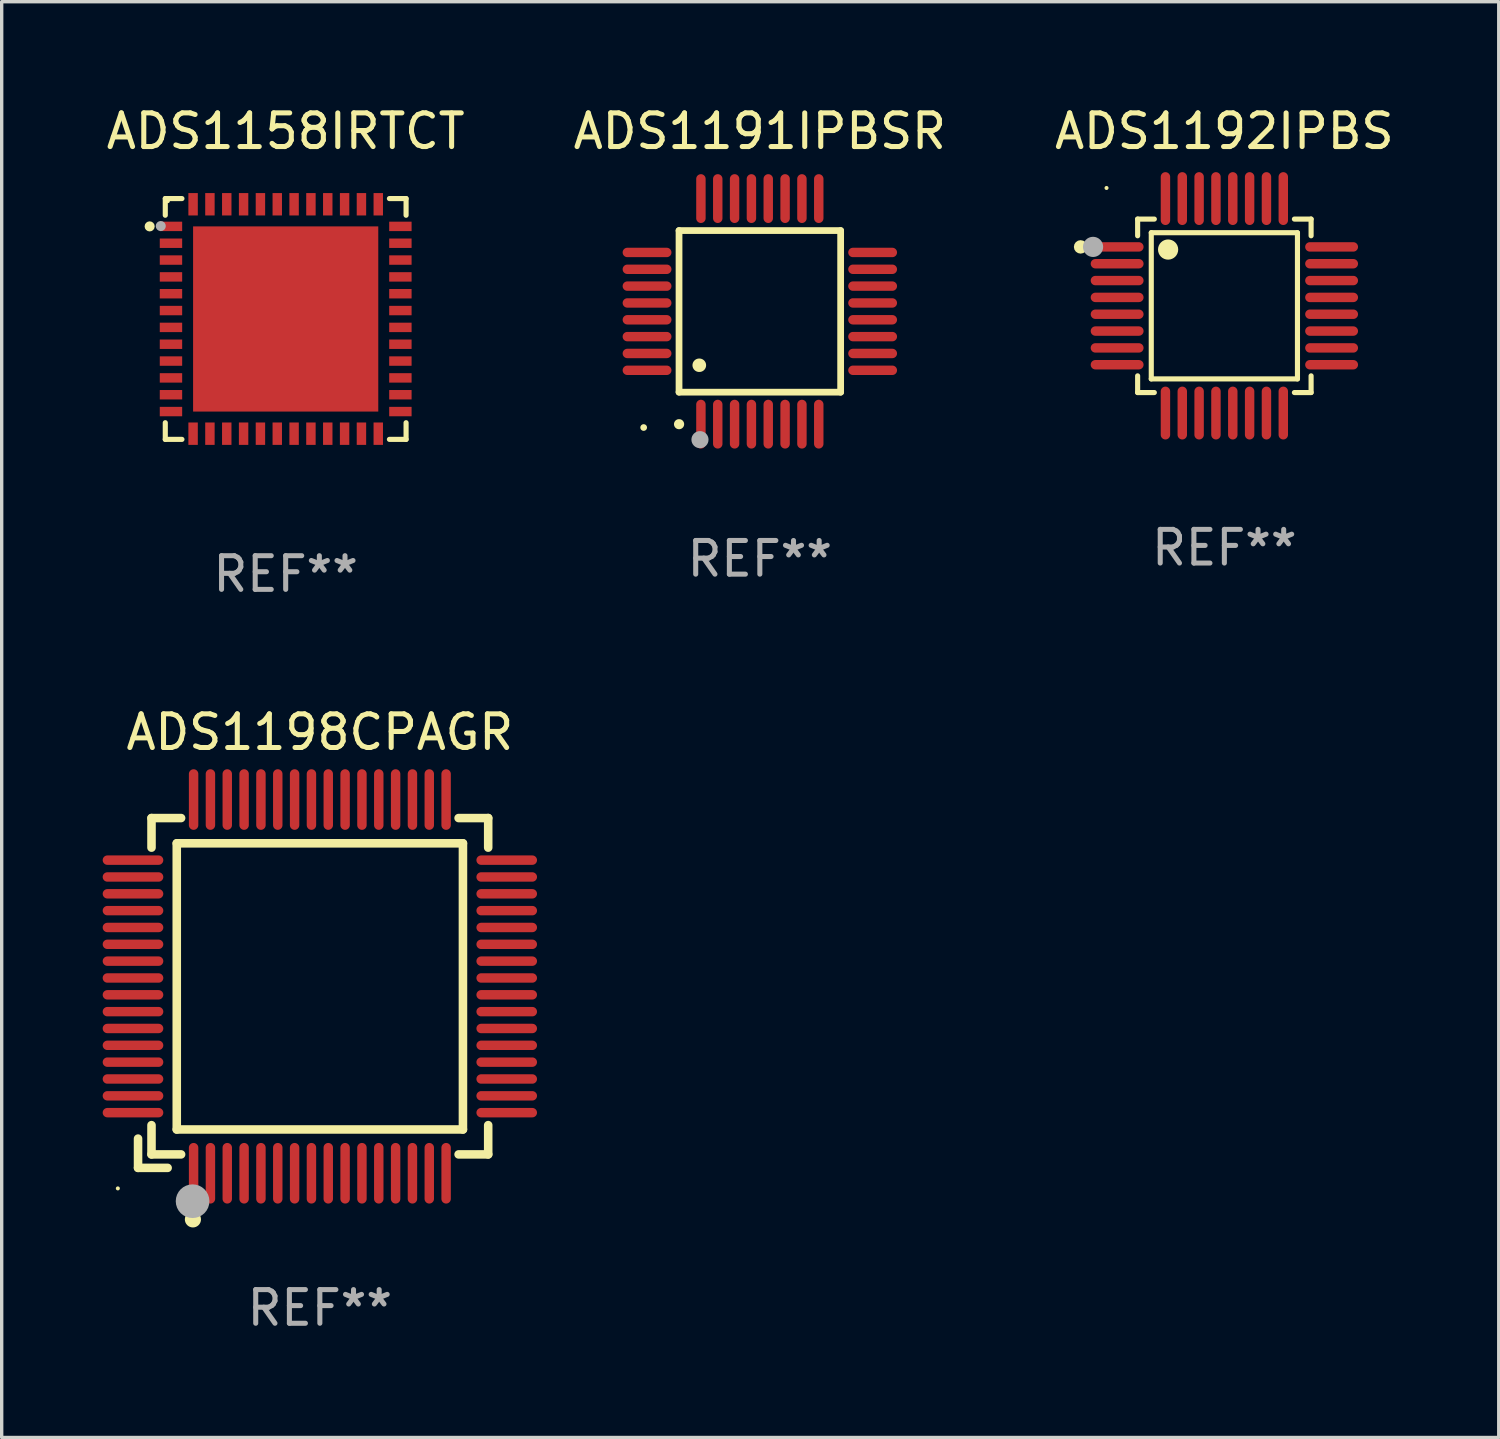
<source format=kicad_pcb>
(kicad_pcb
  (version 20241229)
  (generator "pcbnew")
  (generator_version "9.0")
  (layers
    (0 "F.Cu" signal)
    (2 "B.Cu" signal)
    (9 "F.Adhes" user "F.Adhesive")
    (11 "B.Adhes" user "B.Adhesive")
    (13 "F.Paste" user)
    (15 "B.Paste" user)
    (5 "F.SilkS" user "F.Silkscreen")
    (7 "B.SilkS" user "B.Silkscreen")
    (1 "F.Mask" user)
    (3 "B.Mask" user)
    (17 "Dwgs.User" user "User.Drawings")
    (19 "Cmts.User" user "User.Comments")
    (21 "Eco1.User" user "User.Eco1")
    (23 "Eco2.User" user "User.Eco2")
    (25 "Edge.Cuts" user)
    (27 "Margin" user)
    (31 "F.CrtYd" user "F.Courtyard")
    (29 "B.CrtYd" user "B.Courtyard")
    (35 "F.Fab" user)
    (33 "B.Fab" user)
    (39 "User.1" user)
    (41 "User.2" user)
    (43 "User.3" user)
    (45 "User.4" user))
  (footprint "ADS1158IRTCT"
    (layer "F.Cu")
    (at 5.435 6.424)
    (property "Reference" "ADS1158IRTCT" (at 0 -5.576 0) (layer "F.SilkS") (effects (font (size 1 1) (thickness 0.15))))
    (attr through_hole)
    (fp_line (start -3.576 -3.576) (end -3.576 -3.081) (stroke (width 0.152) (type solid)) (layer "F.SilkS"))
    (fp_line (start -3.576 3.576) (end -3.576 3.081) (stroke (width 0.152) (type solid)) (layer "F.SilkS"))
    (fp_line (start -3.081 -3.576) (end -3.576 -3.576) (stroke (width 0.152) (type solid)) (layer "F.SilkS"))
    (fp_line (start -3.081 3.576) (end -3.576 3.576) (stroke (width 0.152) (type solid)) (layer "F.SilkS"))
    (fp_line (start 3.081 -3.576) (end 3.576 -3.576) (stroke (width 0.152) (type solid)) (layer "F.SilkS"))
    (fp_line (start 3.081 3.576) (end 3.576 3.576) (stroke (width 0.152) (type solid)) (layer "F.SilkS"))
    (fp_line (start 3.576 -3.576) (end 3.576 -3.081) (stroke (width 0.152) (type solid)) (layer "F.SilkS"))
    (fp_line (start 3.576 3.576) (end 3.576 3.081) (stroke (width 0.152) (type solid)) (layer "F.SilkS"))
    (fp_circle (center -4.04 -2.75) (end -3.965 -2.75) (stroke (width 0.15) (type solid)) (fill no) (layer "F.SilkS"))
    (fp_circle (center -3.5 -3.5) (end -3.47 -3.5) (stroke (width 0.06) (type solid)) (fill no) (layer "F.SilkS"))
    (fp_circle (center -3.71 -2.76) (end -3.635 -2.76) (stroke (width 0.15) (type solid)) (fill no) (layer "F.Fab"))
    (fp_text user "REF**" (at 0 7.576 0) (layer "F.Fab") (effects (font (size 1 1) (thickness 0.15))))
    (pad "1" smd rect (at -3.407 -2.75) (size 0.665 0.28) (layers "F.Cu" "F.Mask" "F.Paste"))
    (pad "2" smd rect (at -3.407 -2.25) (size 0.665 0.28) (layers "F.Cu" "F.Mask" "F.Paste"))
    (pad "3" smd rect (at -3.407 -1.75) (size 0.665 0.28) (layers "F.Cu" "F.Mask" "F.Paste"))
    (pad "4" smd rect (at -3.407 -1.25) (size 0.665 0.28) (layers "F.Cu" "F.Mask" "F.Paste"))
    (pad "5" smd rect (at -3.407 -0.75) (size 0.665 0.28) (layers "F.Cu" "F.Mask" "F.Paste"))
    (pad "6" smd rect (at -3.407 -0.25) (size 0.665 0.28) (layers "F.Cu" "F.Mask" "F.Paste"))
    (pad "7" smd rect (at -3.407 0.25) (size 0.665 0.28) (layers "F.Cu" "F.Mask" "F.Paste"))
    (pad "8" smd rect (at -3.407 0.75) (size 0.665 0.28) (layers "F.Cu" "F.Mask" "F.Paste"))
    (pad "9" smd rect (at -3.407 1.25) (size 0.665 0.28) (layers "F.Cu" "F.Mask" "F.Paste"))
    (pad "10" smd rect (at -3.407 1.75) (size 0.665 0.28) (layers "F.Cu" "F.Mask" "F.Paste"))
    (pad "11" smd rect (at -3.407 2.25) (size 0.665 0.28) (layers "F.Cu" "F.Mask" "F.Paste"))
    (pad "12" smd rect (at -3.407 2.75) (size 0.665 0.28) (layers "F.Cu" "F.Mask" "F.Paste"))
    (pad "13" smd rect (at -2.75 3.407) (size 0.28 0.665) (layers "F.Cu" "F.Mask" "F.Paste"))
    (pad "14" smd rect (at -2.25 3.407) (size 0.28 0.665) (layers "F.Cu" "F.Mask" "F.Paste"))
    (pad "15" smd rect (at -1.75 3.407) (size 0.28 0.665) (layers "F.Cu" "F.Mask" "F.Paste"))
    (pad "16" smd rect (at -1.25 3.407) (size 0.28 0.665) (layers "F.Cu" "F.Mask" "F.Paste"))
    (pad "17" smd rect (at -0.75 3.407) (size 0.28 0.665) (layers "F.Cu" "F.Mask" "F.Paste"))
    (pad "18" smd rect (at -0.25 3.407) (size 0.28 0.665) (layers "F.Cu" "F.Mask" "F.Paste"))
    (pad "19" smd rect (at 0.25 3.407) (size 0.28 0.665) (layers "F.Cu" "F.Mask" "F.Paste"))
    (pad "20" smd rect (at 0.75 3.407) (size 0.28 0.665) (layers "F.Cu" "F.Mask" "F.Paste"))
    (pad "21" smd rect (at 1.25 3.407) (size 0.28 0.665) (layers "F.Cu" "F.Mask" "F.Paste"))
    (pad "22" smd rect (at 1.75 3.407) (size 0.28 0.665) (layers "F.Cu" "F.Mask" "F.Paste"))
    (pad "23" smd rect (at 2.25 3.407) (size 0.28 0.665) (layers "F.Cu" "F.Mask" "F.Paste"))
    (pad "24" smd rect (at 2.75 3.407) (size 0.28 0.665) (layers "F.Cu" "F.Mask" "F.Paste"))
    (pad "25" smd rect (at 3.407 2.75) (size 0.665 0.28) (layers "F.Cu" "F.Mask" "F.Paste"))
    (pad "26" smd rect (at 3.407 2.25) (size 0.665 0.28) (layers "F.Cu" "F.Mask" "F.Paste"))
    (pad "27" smd rect (at 3.407 1.75) (size 0.665 0.28) (layers "F.Cu" "F.Mask" "F.Paste"))
    (pad "28" smd rect (at 3.407 1.25) (size 0.665 0.28) (layers "F.Cu" "F.Mask" "F.Paste"))
    (pad "29" smd rect (at 3.407 0.75) (size 0.665 0.28) (layers "F.Cu" "F.Mask" "F.Paste"))
    (pad "30" smd rect (at 3.407 0.25) (size 0.665 0.28) (layers "F.Cu" "F.Mask" "F.Paste"))
    (pad "31" smd rect (at 3.407 -0.25) (size 0.665 0.28) (layers "F.Cu" "F.Mask" "F.Paste"))
    (pad "32" smd rect (at 3.407 -0.75) (size 0.665 0.28) (layers "F.Cu" "F.Mask" "F.Paste"))
    (pad "33" smd rect (at 3.407 -1.25) (size 0.665 0.28) (layers "F.Cu" "F.Mask" "F.Paste"))
    (pad "34" smd rect (at 3.407 -1.75) (size 0.665 0.28) (layers "F.Cu" "F.Mask" "F.Paste"))
    (pad "35" smd rect (at 3.407 -2.25) (size 0.665 0.28) (layers "F.Cu" "F.Mask" "F.Paste"))
    (pad "36" smd rect (at 3.407 -2.75) (size 0.665 0.28) (layers "F.Cu" "F.Mask" "F.Paste"))
    (pad "37" smd rect (at 2.75 -3.407) (size 0.28 0.665) (layers "F.Cu" "F.Mask" "F.Paste"))
    (pad "38" smd rect (at 2.25 -3.407) (size 0.28 0.665) (layers "F.Cu" "F.Mask" "F.Paste"))
    (pad "39" smd rect (at 1.75 -3.407) (size 0.28 0.665) (layers "F.Cu" "F.Mask" "F.Paste"))
    (pad "40" smd rect (at 1.25 -3.407) (size 0.28 0.665) (layers "F.Cu" "F.Mask" "F.Paste"))
    (pad "41" smd rect (at 0.75 -3.407) (size 0.28 0.665) (layers "F.Cu" "F.Mask" "F.Paste"))
    (pad "42" smd rect (at 0.25 -3.407) (size 0.28 0.665) (layers "F.Cu" "F.Mask" "F.Paste"))
    (pad "43" smd rect (at -0.25 -3.407) (size 0.28 0.665) (layers "F.Cu" "F.Mask" "F.Paste"))
    (pad "44" smd rect (at -0.75 -3.407) (size 0.28 0.665) (layers "F.Cu" "F.Mask" "F.Paste"))
    (pad "45" smd rect (at -1.25 -3.407) (size 0.28 0.665) (layers "F.Cu" "F.Mask" "F.Paste"))
    (pad "46" smd rect (at -1.75 -3.407) (size 0.28 0.665) (layers "F.Cu" "F.Mask" "F.Paste"))
    (pad "47" smd rect (at -2.25 -3.407) (size 0.28 0.665) (layers "F.Cu" "F.Mask" "F.Paste"))
    (pad "48" smd rect (at -2.75 -3.407) (size 0.28 0.665) (layers "F.Cu" "F.Mask" "F.Paste"))
    (pad "49" smd rect (at 0 0) (size 5.5 5.5) (layers "F.Cu" "F.Mask" "F.Paste")))
  (footprint "ADS1198CPAGR"
    (layer "F.Cu")
    (at 6.45 26.247)
    (property "Reference" "ADS1198CPAGR" (at 0 -7.55 0) (layer "F.SilkS") (effects (font (size 1 1) (thickness 0.15))))
    (attr through_hole)
    (fp_line (start -5.4 4.521) (end -5.4 5.39) (stroke (width 0.254) (type solid)) (layer "F.SilkS"))
    (fp_line (start -5.4 5.39) (end -4.521 5.39) (stroke (width 0.254) (type solid)) (layer "F.SilkS"))
    (fp_line (start -5 -5) (end -5 -4.121) (stroke (width 0.254) (type solid)) (layer "F.SilkS"))
    (fp_line (start -5 4.121) (end -5 4.99) (stroke (width 0.254) (type solid)) (layer "F.SilkS"))
    (fp_line (start -5 4.99) (end -4.121 4.99) (stroke (width 0.254) (type solid)) (layer "F.SilkS"))
    (fp_line (start -4.25 -4.25) (end -4.25 4.25) (stroke (width 0.254) (type solid)) (layer "F.SilkS"))
    (fp_line (start -4.25 4.25) (end 4.25 4.25) (stroke (width 0.254) (type solid)) (layer "F.SilkS"))
    (fp_line (start -4.121 -5) (end -5 -5) (stroke (width 0.254) (type solid)) (layer "F.SilkS"))
    (fp_line (start 4.121 4.99) (end 5 4.99) (stroke (width 0.254) (type solid)) (layer "F.SilkS"))
    (fp_line (start 4.25 -4.25) (end -4.25 -4.25) (stroke (width 0.254) (type solid)) (layer "F.SilkS"))
    (fp_line (start 4.25 4.25) (end 4.25 -4.25) (stroke (width 0.254) (type solid)) (layer "F.SilkS"))
    (fp_line (start 5 -5) (end 4.121 -5) (stroke (width 0.254) (type solid)) (layer "F.SilkS"))
    (fp_line (start 5 -4.121) (end 5 -5) (stroke (width 0.254) (type solid)) (layer "F.SilkS"))
    (fp_line (start 5 4.99) (end 5 4.121) (stroke (width 0.254) (type solid)) (layer "F.SilkS"))
    (fp_circle (center -6 6) (end -5.97 6) (stroke (width 0.06) (type solid)) (fill no) (layer "F.SilkS"))
    (fp_circle (center -3.77 6.92) (end -3.65 6.92) (stroke (width 0.24) (type solid)) (fill no) (layer "F.SilkS"))
    (fp_circle (center -3.78 6.38) (end -3.53 6.38) (stroke (width 0.5) (type solid)) (fill no) (layer "F.Fab"))
    (fp_text user "REF**" (at 0 9.55 0) (layer "F.Fab") (effects (font (size 1 1) (thickness 0.15))))
    (pad "1" smd oval (at -3.75 5.55) (size 0.28 1.8) (layers "F.Cu" "F.Mask" "F.Paste"))
    (pad "2" smd oval (at -3.25 5.55) (size 0.28 1.8) (layers "F.Cu" "F.Mask" "F.Paste"))
    (pad "3" smd oval (at -2.75 5.55) (size 0.28 1.8) (layers "F.Cu" "F.Mask" "F.Paste"))
    (pad "4" smd oval (at -2.25 5.55) (size 0.28 1.8) (layers "F.Cu" "F.Mask" "F.Paste"))
    (pad "5" smd oval (at -1.75 5.55) (size 0.28 1.8) (layers "F.Cu" "F.Mask" "F.Paste"))
    (pad "6" smd oval (at -1.25 5.55) (size 0.28 1.8) (layers "F.Cu" "F.Mask" "F.Paste"))
    (pad "7" smd oval (at -0.75 5.55) (size 0.28 1.8) (layers "F.Cu" "F.Mask" "F.Paste"))
    (pad "8" smd oval (at -0.25 5.55) (size 0.28 1.8) (layers "F.Cu" "F.Mask" "F.Paste"))
    (pad "9" smd oval (at 0.25 5.55) (size 0.28 1.8) (layers "F.Cu" "F.Mask" "F.Paste"))
    (pad "10" smd oval (at 0.75 5.55) (size 0.28 1.8) (layers "F.Cu" "F.Mask" "F.Paste"))
    (pad "11" smd oval (at 1.25 5.55) (size 0.28 1.8) (layers "F.Cu" "F.Mask" "F.Paste"))
    (pad "12" smd oval (at 1.75 5.55) (size 0.28 1.8) (layers "F.Cu" "F.Mask" "F.Paste"))
    (pad "13" smd oval (at 2.25 5.55) (size 0.28 1.8) (layers "F.Cu" "F.Mask" "F.Paste"))
    (pad "14" smd oval (at 2.75 5.55) (size 0.28 1.8) (layers "F.Cu" "F.Mask" "F.Paste"))
    (pad "15" smd oval (at 3.25 5.55) (size 0.28 1.8) (layers "F.Cu" "F.Mask" "F.Paste"))
    (pad "16" smd oval (at 3.75 5.55) (size 0.28 1.8) (layers "F.Cu" "F.Mask" "F.Paste"))
    (pad "17" smd oval (at 5.55 3.75) (size 1.8 0.28) (layers "F.Cu" "F.Mask" "F.Paste"))
    (pad "18" smd oval (at 5.55 3.25) (size 1.8 0.28) (layers "F.Cu" "F.Mask" "F.Paste"))
    (pad "19" smd oval (at 5.55 2.75) (size 1.8 0.28) (layers "F.Cu" "F.Mask" "F.Paste"))
    (pad "20" smd oval (at 5.55 2.25) (size 1.8 0.28) (layers "F.Cu" "F.Mask" "F.Paste"))
    (pad "21" smd oval (at 5.55 1.75) (size 1.8 0.28) (layers "F.Cu" "F.Mask" "F.Paste"))
    (pad "22" smd oval (at 5.55 1.25) (size 1.8 0.28) (layers "F.Cu" "F.Mask" "F.Paste"))
    (pad "23" smd oval (at 5.55 0.75) (size 1.8 0.28) (layers "F.Cu" "F.Mask" "F.Paste"))
    (pad "24" smd oval (at 5.55 0.25) (size 1.8 0.28) (layers "F.Cu" "F.Mask" "F.Paste"))
    (pad "25" smd oval (at 5.55 -0.25) (size 1.8 0.28) (layers "F.Cu" "F.Mask" "F.Paste"))
    (pad "26" smd oval (at 5.55 -0.75) (size 1.8 0.28) (layers "F.Cu" "F.Mask" "F.Paste"))
    (pad "27" smd oval (at 5.55 -1.25) (size 1.8 0.28) (layers "F.Cu" "F.Mask" "F.Paste"))
    (pad "28" smd oval (at 5.55 -1.75) (size 1.8 0.28) (layers "F.Cu" "F.Mask" "F.Paste"))
    (pad "29" smd oval (at 5.55 -2.25) (size 1.8 0.28) (layers "F.Cu" "F.Mask" "F.Paste"))
    (pad "30" smd oval (at 5.55 -2.75) (size 1.8 0.28) (layers "F.Cu" "F.Mask" "F.Paste"))
    (pad "31" smd oval (at 5.55 -3.25) (size 1.8 0.28) (layers "F.Cu" "F.Mask" "F.Paste"))
    (pad "32" smd oval (at 5.55 -3.75) (size 1.8 0.28) (layers "F.Cu" "F.Mask" "F.Paste"))
    (pad "33" smd oval (at 3.75 -5.55) (size 0.28 1.8) (layers "F.Cu" "F.Mask" "F.Paste"))
    (pad "34" smd oval (at 3.25 -5.55) (size 0.28 1.8) (layers "F.Cu" "F.Mask" "F.Paste"))
    (pad "35" smd oval (at 2.75 -5.55) (size 0.28 1.8) (layers "F.Cu" "F.Mask" "F.Paste"))
    (pad "36" smd oval (at 2.25 -5.55) (size 0.28 1.8) (layers "F.Cu" "F.Mask" "F.Paste"))
    (pad "37" smd oval (at 1.75 -5.55) (size 0.28 1.8) (layers "F.Cu" "F.Mask" "F.Paste"))
    (pad "38" smd oval (at 1.25 -5.55) (size 0.28 1.8) (layers "F.Cu" "F.Mask" "F.Paste"))
    (pad "39" smd oval (at 0.75 -5.55) (size 0.28 1.8) (layers "F.Cu" "F.Mask" "F.Paste"))
    (pad "40" smd oval (at 0.25 -5.55) (size 0.28 1.8) (layers "F.Cu" "F.Mask" "F.Paste"))
    (pad "41" smd oval (at -0.25 -5.55) (size 0.28 1.8) (layers "F.Cu" "F.Mask" "F.Paste"))
    (pad "42" smd oval (at -0.75 -5.55) (size 0.28 1.8) (layers "F.Cu" "F.Mask" "F.Paste"))
    (pad "43" smd oval (at -1.25 -5.55) (size 0.28 1.8) (layers "F.Cu" "F.Mask" "F.Paste"))
    (pad "44" smd oval (at -1.75 -5.55) (size 0.28 1.8) (layers "F.Cu" "F.Mask" "F.Paste"))
    (pad "45" smd oval (at -2.25 -5.55) (size 0.28 1.8) (layers "F.Cu" "F.Mask" "F.Paste"))
    (pad "46" smd oval (at -2.75 -5.55) (size 0.28 1.8) (layers "F.Cu" "F.Mask" "F.Paste"))
    (pad "47" smd oval (at -3.25 -5.55) (size 0.28 1.8) (layers "F.Cu" "F.Mask" "F.Paste"))
    (pad "48" smd oval (at -3.75 -5.55) (size 0.28 1.8) (layers "F.Cu" "F.Mask" "F.Paste"))
    (pad "49" smd oval (at -5.55 -3.75) (size 1.8 0.28) (layers "F.Cu" "F.Mask" "F.Paste"))
    (pad "50" smd oval (at -5.55 -3.25) (size 1.8 0.28) (layers "F.Cu" "F.Mask" "F.Paste"))
    (pad "51" smd oval (at -5.55 -2.75) (size 1.8 0.28) (layers "F.Cu" "F.Mask" "F.Paste"))
    (pad "52" smd oval (at -5.55 -2.25) (size 1.8 0.28) (layers "F.Cu" "F.Mask" "F.Paste"))
    (pad "53" smd oval (at -5.55 -1.75) (size 1.8 0.28) (layers "F.Cu" "F.Mask" "F.Paste"))
    (pad "54" smd oval (at -5.55 -1.25) (size 1.8 0.28) (layers "F.Cu" "F.Mask" "F.Paste"))
    (pad "55" smd oval (at -5.55 -0.75) (size 1.8 0.28) (layers "F.Cu" "F.Mask" "F.Paste"))
    (pad "56" smd oval (at -5.55 -0.25) (size 1.8 0.28) (layers "F.Cu" "F.Mask" "F.Paste"))
    (pad "57" smd oval (at -5.55 0.25) (size 1.8 0.28) (layers "F.Cu" "F.Mask" "F.Paste"))
    (pad "58" smd oval (at -5.55 0.75) (size 1.8 0.28) (layers "F.Cu" "F.Mask" "F.Paste"))
    (pad "59" smd oval (at -5.55 1.25) (size 1.8 0.28) (layers "F.Cu" "F.Mask" "F.Paste"))
    (pad "60" smd oval (at -5.55 1.75) (size 1.8 0.28) (layers "F.Cu" "F.Mask" "F.Paste"))
    (pad "61" smd oval (at -5.55 2.25) (size 1.8 0.28) (layers "F.Cu" "F.Mask" "F.Paste"))
    (pad "62" smd oval (at -5.55 2.75) (size 1.8 0.28) (layers "F.Cu" "F.Mask" "F.Paste"))
    (pad "63" smd oval (at -5.55 3.25) (size 1.8 0.28) (layers "F.Cu" "F.Mask" "F.Paste"))
    (pad "64" smd oval (at -5.55 3.75) (size 1.8 0.28) (layers "F.Cu" "F.Mask" "F.Paste")))
  (footprint "ADS1192IPBS"
    (layer "F.Cu")
    (at 33.315 6.033)
    (property "Reference" "ADS1192IPBS" (at 0 -5.185 0) (layer "F.SilkS") (effects (font (size 1 1) (thickness 0.15))))
    (attr through_hole)
    (fp_line (start -2.576 -2.576) (end -2.576 -2.08) (stroke (width 0.152) (type solid)) (layer "F.SilkS"))
    (fp_line (start -2.576 2.576) (end -2.576 2.08) (stroke (width 0.152) (type solid)) (layer "F.SilkS"))
    (fp_line (start -2.171 -2.171) (end 2.171 -2.171) (stroke (width 0.152) (type solid)) (layer "F.SilkS"))
    (fp_line (start -2.171 2.171) (end -2.171 -2.171) (stroke (width 0.152) (type solid)) (layer "F.SilkS"))
    (fp_line (start -2.08 -2.576) (end -2.576 -2.576) (stroke (width 0.152) (type solid)) (layer "F.SilkS"))
    (fp_line (start -2.08 2.576) (end -2.576 2.576) (stroke (width 0.152) (type solid)) (layer "F.SilkS"))
    (fp_line (start 2.08 -2.576) (end 2.576 -2.576) (stroke (width 0.152) (type solid)) (layer "F.SilkS"))
    (fp_line (start 2.08 2.576) (end 2.576 2.576) (stroke (width 0.152) (type solid)) (layer "F.SilkS"))
    (fp_line (start 2.171 -2.171) (end 2.171 2.171) (stroke (width 0.152) (type solid)) (layer "F.SilkS"))
    (fp_line (start 2.171 2.171) (end -2.171 2.171) (stroke (width 0.152) (type solid)) (layer "F.SilkS"))
    (fp_line (start 2.576 -2.576) (end 2.576 -2.08) (stroke (width 0.152) (type solid)) (layer "F.SilkS"))
    (fp_line (start 2.576 2.576) (end 2.576 2.08) (stroke (width 0.152) (type solid)) (layer "F.SilkS"))
    (fp_circle (center -4.27 -1.75) (end -4.17 -1.75) (stroke (width 0.2) (type solid)) (fill no) (layer "F.SilkS"))
    (fp_circle (center -3.5 -3.5) (end -3.47 -3.5) (stroke (width 0.06) (type solid)) (fill no) (layer "F.SilkS"))
    (fp_circle (center -1.671 -1.671) (end -1.521 -1.671) (stroke (width 0.3) (type solid)) (fill no) (layer "F.SilkS"))
    (fp_circle (center -3.9 -1.75) (end -3.75 -1.75) (stroke (width 0.3) (type solid)) (fill no) (layer "F.Fab"))
    (fp_text user "REF**" (at 0 7.185 0) (layer "F.Fab") (effects (font (size 1 1) (thickness 0.15))))
    (pad "1" smd oval (at -3.185 -1.75 270) (size 0.28 1.57) (layers "F.Cu" "F.Mask" "F.Paste"))
    (pad "2" smd oval (at -3.185 -1.25 270) (size 0.28 1.57) (layers "F.Cu" "F.Mask" "F.Paste"))
    (pad "3" smd oval (at -3.185 -0.75 270) (size 0.28 1.57) (layers "F.Cu" "F.Mask" "F.Paste"))
    (pad "4" smd oval (at -3.185 -0.25 270) (size 0.28 1.57) (layers "F.Cu" "F.Mask" "F.Paste"))
    (pad "5" smd oval (at -3.185 0.25 270) (size 0.28 1.57) (layers "F.Cu" "F.Mask" "F.Paste"))
    (pad "6" smd oval (at -3.185 0.75 270) (size 0.28 1.57) (layers "F.Cu" "F.Mask" "F.Paste"))
    (pad "7" smd oval (at -3.185 1.25 270) (size 0.28 1.57) (layers "F.Cu" "F.Mask" "F.Paste"))
    (pad "8" smd oval (at -3.185 1.75 270) (size 0.28 1.57) (layers "F.Cu" "F.Mask" "F.Paste"))
    (pad "9" smd oval (at -1.75 3.185 270) (size 1.57 0.28) (layers "F.Cu" "F.Mask" "F.Paste"))
    (pad "10" smd oval (at -1.25 3.185 270) (size 1.57 0.28) (layers "F.Cu" "F.Mask" "F.Paste"))
    (pad "11" smd oval (at -0.75 3.185 270) (size 1.57 0.28) (layers "F.Cu" "F.Mask" "F.Paste"))
    (pad "12" smd oval (at -0.25 3.185 270) (size 1.57 0.28) (layers "F.Cu" "F.Mask" "F.Paste"))
    (pad "13" smd oval (at 0.25 3.185 270) (size 1.57 0.28) (layers "F.Cu" "F.Mask" "F.Paste"))
    (pad "14" smd oval (at 0.75 3.185 270) (size 1.57 0.28) (layers "F.Cu" "F.Mask" "F.Paste"))
    (pad "15" smd oval (at 1.25 3.185 270) (size 1.57 0.28) (layers "F.Cu" "F.Mask" "F.Paste"))
    (pad "16" smd oval (at 1.75 3.185 270) (size 1.57 0.28) (layers "F.Cu" "F.Mask" "F.Paste"))
    (pad "17" smd oval (at 3.185 1.75 270) (size 0.28 1.57) (layers "F.Cu" "F.Mask" "F.Paste"))
    (pad "18" smd oval (at 3.185 1.25 270) (size 0.28 1.57) (layers "F.Cu" "F.Mask" "F.Paste"))
    (pad "19" smd oval (at 3.185 0.75 270) (size 0.28 1.57) (layers "F.Cu" "F.Mask" "F.Paste"))
    (pad "20" smd oval (at 3.185 0.25 270) (size 0.28 1.57) (layers "F.Cu" "F.Mask" "F.Paste"))
    (pad "21" smd oval (at 3.185 -0.25 270) (size 0.28 1.57) (layers "F.Cu" "F.Mask" "F.Paste"))
    (pad "22" smd oval (at 3.185 -0.75 270) (size 0.28 1.57) (layers "F.Cu" "F.Mask" "F.Paste"))
    (pad "23" smd oval (at 3.185 -1.25 270) (size 0.28 1.57) (layers "F.Cu" "F.Mask" "F.Paste"))
    (pad "24" smd oval (at 3.185 -1.75 270) (size 0.28 1.57) (layers "F.Cu" "F.Mask" "F.Paste"))
    (pad "25" smd oval (at 1.75 -3.185 270) (size 1.57 0.28) (layers "F.Cu" "F.Mask" "F.Paste"))
    (pad "26" smd oval (at 1.25 -3.185 270) (size 1.57 0.28) (layers "F.Cu" "F.Mask" "F.Paste"))
    (pad "27" smd oval (at 0.75 -3.185 270) (size 1.57 0.28) (layers "F.Cu" "F.Mask" "F.Paste"))
    (pad "28" smd oval (at 0.25 -3.185 270) (size 1.57 0.28) (layers "F.Cu" "F.Mask" "F.Paste"))
    (pad "29" smd oval (at -0.25 -3.185 270) (size 1.57 0.28) (layers "F.Cu" "F.Mask" "F.Paste"))
    (pad "30" smd oval (at -0.75 -3.185 270) (size 1.57 0.28) (layers "F.Cu" "F.Mask" "F.Paste"))
    (pad "31" smd oval (at -1.25 -3.185 270) (size 1.57 0.28) (layers "F.Cu" "F.Mask" "F.Paste"))
    (pad "32" smd oval (at -1.75 -3.185 270) (size 1.57 0.28) (layers "F.Cu" "F.Mask" "F.Paste")))
  (footprint "ADS1191IPBSR"
    (layer "F.Cu")
    (at 19.518 6.198)
    (property "Reference" "ADS1191IPBSR" (at 0 -5.35 0) (layer "F.SilkS") (effects (font (size 1 1) (thickness 0.15))))
    (attr through_hole)
    (fp_line (start -2.4 -2.4) (end -2.4 2.4) (stroke (width 0.2) (type solid)) (layer "F.SilkS"))
    (fp_line (start -2.4 2.4) (end 2.4 2.4) (stroke (width 0.2) (type solid)) (layer "F.SilkS"))
    (fp_line (start 2.4 -2.4) (end -2.4 -2.4) (stroke (width 0.2) (type solid)) (layer "F.SilkS"))
    (fp_line (start 2.4 2.4) (end 2.4 -2.4) (stroke (width 0.2) (type solid)) (layer "F.SilkS"))
    (fp_arc (start -2.400305 3.350267) (mid -2.399035 3.350262) (end -2.397765 3.350267) (stroke (width 0.3) (type solid)) (layer "F.SilkS"))
    (fp_arc (start -1.800864 1.600203) (mid -1.798324 1.600187) (end -1.795784 1.600203) (stroke (width 0.4) (type solid)) (layer "F.SilkS"))
    (fp_circle (center -3.45 3.45) (end -3.4 3.45) (stroke (width 0.1) (type solid)) (fill no) (layer "F.SilkS"))
    (fp_circle (center -1.778 3.81) (end -1.651 3.81) (stroke (width 0.254) (type solid)) (fill no) (layer "F.Fab"))
    (fp_text user "REF**" (at 0 7.35 0) (layer "F.Fab") (effects (font (size 1 1) (thickness 0.15))))
    (pad "1" smd oval (at -1.75 3.35) (size 0.28 1.45) (layers "F.Cu" "F.Mask" "F.Paste"))
    (pad "2" smd oval (at -1.25 3.35) (size 0.28 1.45) (layers "F.Cu" "F.Mask" "F.Paste"))
    (pad "3" smd oval (at -0.75 3.35) (size 0.28 1.45) (layers "F.Cu" "F.Mask" "F.Paste"))
    (pad "4" smd oval (at -0.25 3.35) (size 0.28 1.45) (layers "F.Cu" "F.Mask" "F.Paste"))
    (pad "5" smd oval (at 0.25 3.35) (size 0.28 1.45) (layers "F.Cu" "F.Mask" "F.Paste"))
    (pad "6" smd oval (at 0.75 3.35) (size 0.28 1.45) (layers "F.Cu" "F.Mask" "F.Paste"))
    (pad "7" smd oval (at 1.25 3.35) (size 0.28 1.45) (layers "F.Cu" "F.Mask" "F.Paste"))
    (pad "8" smd oval (at 1.75 3.35) (size 0.28 1.45) (layers "F.Cu" "F.Mask" "F.Paste"))
    (pad "9" smd oval (at 3.35 1.75) (size 1.45 0.28) (layers "F.Cu" "F.Mask" "F.Paste"))
    (pad "10" smd oval (at 3.35 1.25) (size 1.45 0.28) (layers "F.Cu" "F.Mask" "F.Paste"))
    (pad "11" smd oval (at 3.35 0.75) (size 1.45 0.28) (layers "F.Cu" "F.Mask" "F.Paste"))
    (pad "12" smd oval (at 3.35 0.25) (size 1.45 0.28) (layers "F.Cu" "F.Mask" "F.Paste"))
    (pad "13" smd oval (at 3.35 -0.25) (size 1.45 0.28) (layers "F.Cu" "F.Mask" "F.Paste"))
    (pad "14" smd oval (at 3.35 -0.75) (size 1.45 0.28) (layers "F.Cu" "F.Mask" "F.Paste"))
    (pad "15" smd oval (at 3.35 -1.25) (size 1.45 0.28) (layers "F.Cu" "F.Mask" "F.Paste"))
    (pad "16" smd oval (at 3.35 -1.75) (size 1.45 0.28) (layers "F.Cu" "F.Mask" "F.Paste"))
    (pad "17" smd oval (at 1.75 -3.35) (size 0.28 1.45) (layers "F.Cu" "F.Mask" "F.Paste"))
    (pad "18" smd oval (at 1.25 -3.35) (size 0.28 1.45) (layers "F.Cu" "F.Mask" "F.Paste"))
    (pad "19" smd oval (at 0.75 -3.35) (size 0.28 1.45) (layers "F.Cu" "F.Mask" "F.Paste"))
    (pad "20" smd oval (at 0.25 -3.35) (size 0.28 1.45) (layers "F.Cu" "F.Mask" "F.Paste"))
    (pad "21" smd oval (at -0.25 -3.35) (size 0.28 1.45) (layers "F.Cu" "F.Mask" "F.Paste"))
    (pad "22" smd oval (at -0.75 -3.35) (size 0.28 1.45) (layers "F.Cu" "F.Mask" "F.Paste"))
    (pad "23" smd oval (at -1.25 -3.35) (size 0.28 1.45) (layers "F.Cu" "F.Mask" "F.Paste"))
    (pad "24" smd oval (at -1.75 -3.35) (size 0.28 1.45) (layers "F.Cu" "F.Mask" "F.Paste"))
    (pad "25" smd oval (at -3.35 -1.75) (size 1.45 0.28) (layers "F.Cu" "F.Mask" "F.Paste"))
    (pad "26" smd oval (at -3.35 -1.25) (size 1.45 0.28) (layers "F.Cu" "F.Mask" "F.Paste"))
    (pad "27" smd oval (at -3.35 -0.75) (size 1.45 0.28) (layers "F.Cu" "F.Mask" "F.Paste"))
    (pad "28" smd oval (at -3.35 -0.25) (size 1.45 0.28) (layers "F.Cu" "F.Mask" "F.Paste"))
    (pad "29" smd oval (at -3.35 0.25) (size 1.45 0.28) (layers "F.Cu" "F.Mask" "F.Paste"))
    (pad "30" smd oval (at -3.35 0.75) (size 1.45 0.28) (layers "F.Cu" "F.Mask" "F.Paste"))
    (pad "31" smd oval (at -3.35 1.25) (size 1.45 0.28) (layers "F.Cu" "F.Mask" "F.Paste"))
    (pad "32" smd oval (at -3.35 1.75) (size 1.45 0.28) (layers "F.Cu" "F.Mask" "F.Paste")))
  (gr_rect
    (start -3 -3)
    (end 41.464 39.645)
    (stroke (width 0.1) (type default))
    (fill no)
    (layer "Edge.Cuts")))
</source>
